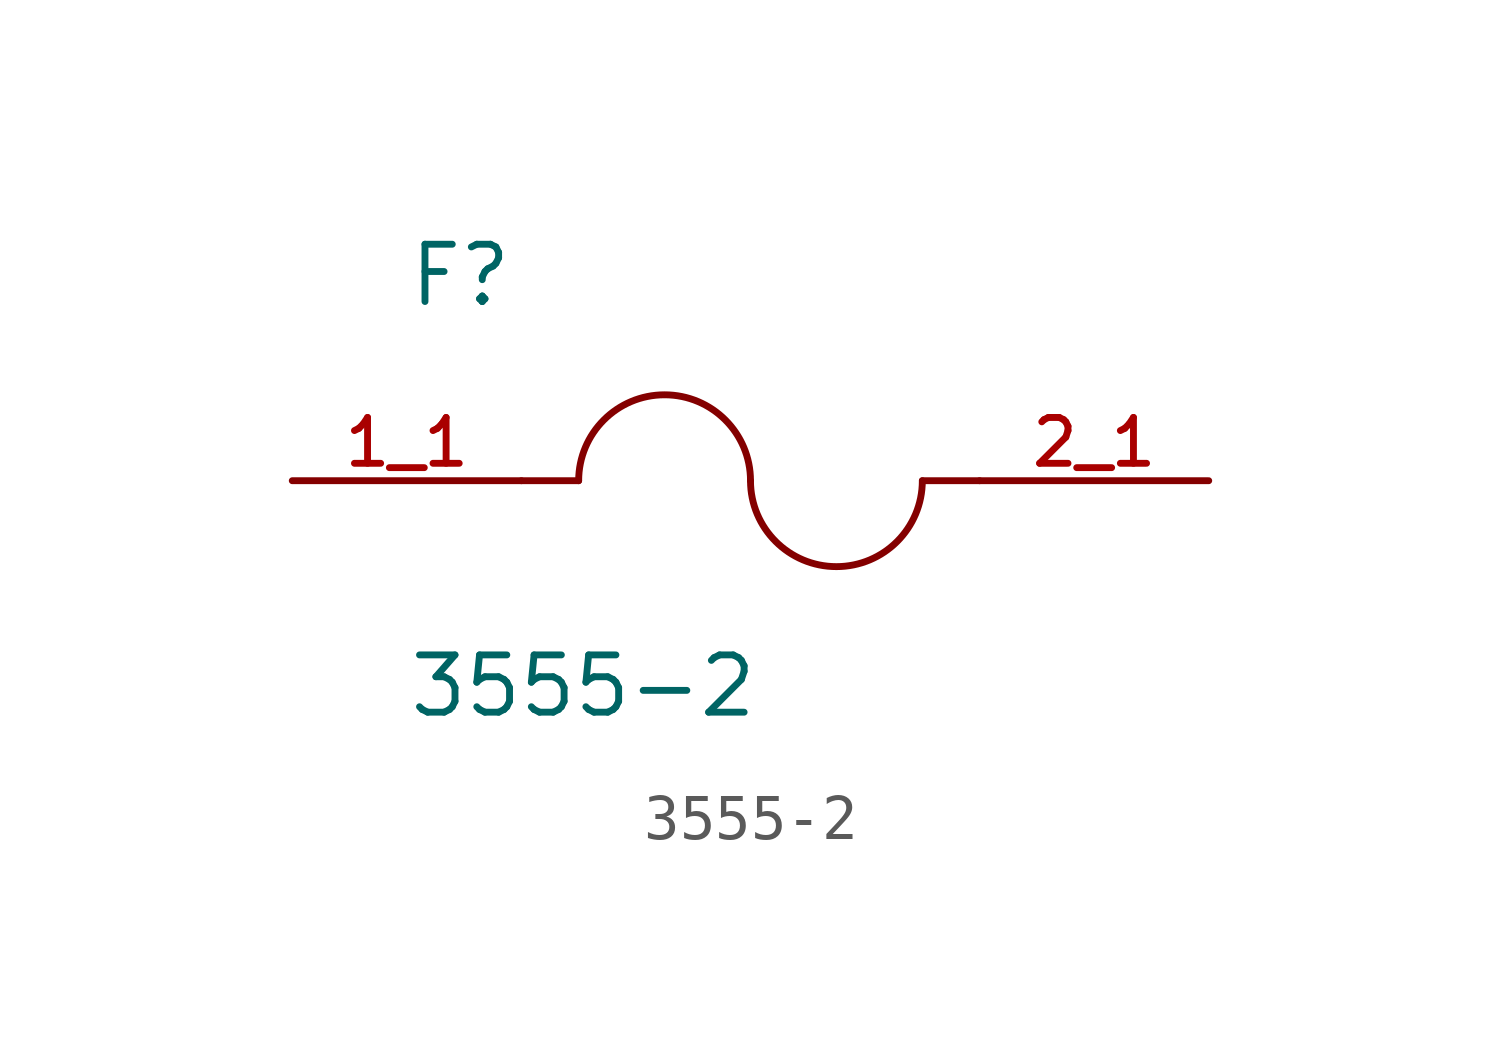
<source format=kicad_sym>
(kicad_symbol_lib
  (version 20231120)
  (generator "kicad_symbol_editor")
  (generator_version "8.0")
  (symbol "3555-2"
    (pin_names
      (offset 1.016))
    (property "Reference" "F"
      (at -7.62 3.81 0)
      (effects (font (size 1.27 1.27)) (justify left bottom)))
    (property "Value" "3555-2"
      (at -7.62 -3.81 0)
      (effects (font (size 1.27 1.27)) (justify left top)))
    (symbol "3555-2_0_0"
      (arc (start 0 0) (mid -1.905 1.8967) (end -3.81 0) (stroke (width 0.1524) (type default)) (fill (type none)))
      (polyline (pts (xy -5.08 0) (xy -3.81 0)) (stroke (width 0.152) (type default)) (fill (type none)))
      (polyline (pts (xy 5.08 0) (xy 3.81 0)) (stroke (width 0.152) (type default)) (fill (type none)))
      (arc (start 0 0) (mid 1.905 -1.8967) (end 3.81 0) (stroke (width 0.1524) (type default)) (fill (type none)))
      (pin passive line (at -10.16 0 0) (length 5.08) (name "~" (effects (font (size 1.016 1.016)))) (number "1_1" (effects (font (size 1.016 1.016)))))
      (pin passive line (at 10.16 0 180) (length 5.08) (name "~" (effects (font (size 1.016 1.016)))) (number "2_1" (effects (font (size 1.016 1.016))))))))
</source>
